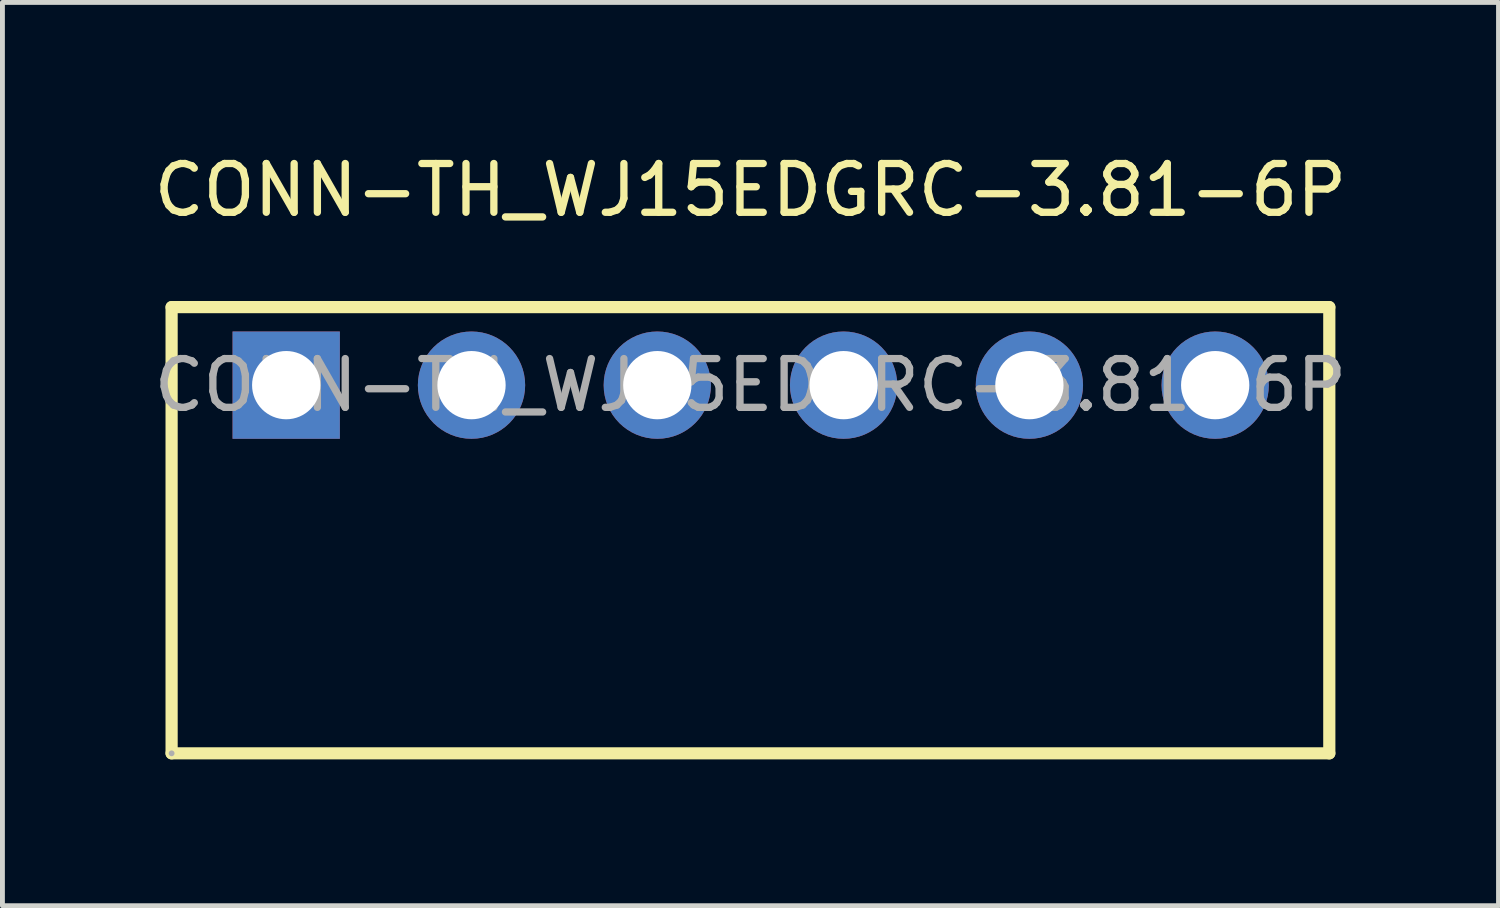
<source format=kicad_pcb>
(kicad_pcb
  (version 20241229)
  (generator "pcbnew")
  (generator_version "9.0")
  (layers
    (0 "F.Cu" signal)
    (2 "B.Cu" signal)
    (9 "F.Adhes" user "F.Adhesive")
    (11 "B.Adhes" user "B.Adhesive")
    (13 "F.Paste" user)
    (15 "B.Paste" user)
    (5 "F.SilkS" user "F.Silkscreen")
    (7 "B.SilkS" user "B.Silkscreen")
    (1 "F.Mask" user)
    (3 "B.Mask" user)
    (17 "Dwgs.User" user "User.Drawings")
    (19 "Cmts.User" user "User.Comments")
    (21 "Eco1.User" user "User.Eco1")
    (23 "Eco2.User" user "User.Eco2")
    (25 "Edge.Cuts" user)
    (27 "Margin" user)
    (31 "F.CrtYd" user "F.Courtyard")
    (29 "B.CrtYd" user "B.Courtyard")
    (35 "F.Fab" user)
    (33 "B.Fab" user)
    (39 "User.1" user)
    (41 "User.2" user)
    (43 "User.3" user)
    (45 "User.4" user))
  (footprint "CONN-TH_WJ15EDGRC-3.81-6P"
    (layer "F.Cu")
    (at 12.339 4.848)
    (property "Reference" "CONN-TH_WJ15EDGRC-3.81-6P" (at 0 -4 0) (layer "F.SilkS") (effects (font (size 1 1) (thickness 0.15))))
    (attr through_hole)
    (fp_line (start -11.87 -1.6) (end -11.87 7.55) (stroke (width 0.25) (type solid)) (layer "F.SilkS"))
    (fp_line (start -11.87 7.55) (end 11.87 7.55) (stroke (width 0.25) (type solid)) (layer "F.SilkS"))
    (fp_line (start 11.87 -1.6) (end -11.87 -1.6) (stroke (width 0.25) (type solid)) (layer "F.SilkS"))
    (fp_line (start 11.87 7.55) (end 11.87 -1.6) (stroke (width 0.25) (type solid)) (layer "F.SilkS"))
    (fp_circle (center -11.87 7.55) (end -11.84 7.55) (stroke (width 0.06) (type solid)) (fill no) (layer "F.Fab"))
    (fp_text user "${REFERENCE}" (at 0 0 0) (layer "F.Fab") (effects (font (size 1 1) (thickness 0.15))))
    (pad "1" thru_hole rect (at -9.52 0) (size 2.2 2.2) (drill 1.4) (layers "*.Cu" "*.Mask"))
    (pad "2" thru_hole circle (at -5.72 0) (size 2.2 2.2) (drill 1.4) (layers "*.Cu" "*.Mask"))
    (pad "3" thru_hole circle (at -1.91 0) (size 2.2 2.2) (drill 1.4) (layers "*.Cu" "*.Mask"))
    (pad "4" thru_hole circle (at 1.91 0) (size 2.2 2.2) (drill 1.4) (layers "*.Cu" "*.Mask"))
    (pad "5" thru_hole circle (at 5.72 0) (size 2.2 2.2) (drill 1.4) (layers "*.Cu" "*.Mask"))
    (pad "6" thru_hole circle (at 9.53 0) (size 2.2 2.2) (drill 1.4) (layers "*.Cu" "*.Mask")))
  (gr_rect
    (start -3 -3)
    (end 27.679 15.523)
    (stroke (width 0.1) (type default))
    (fill no)
    (layer "Edge.Cuts")))
</source>
